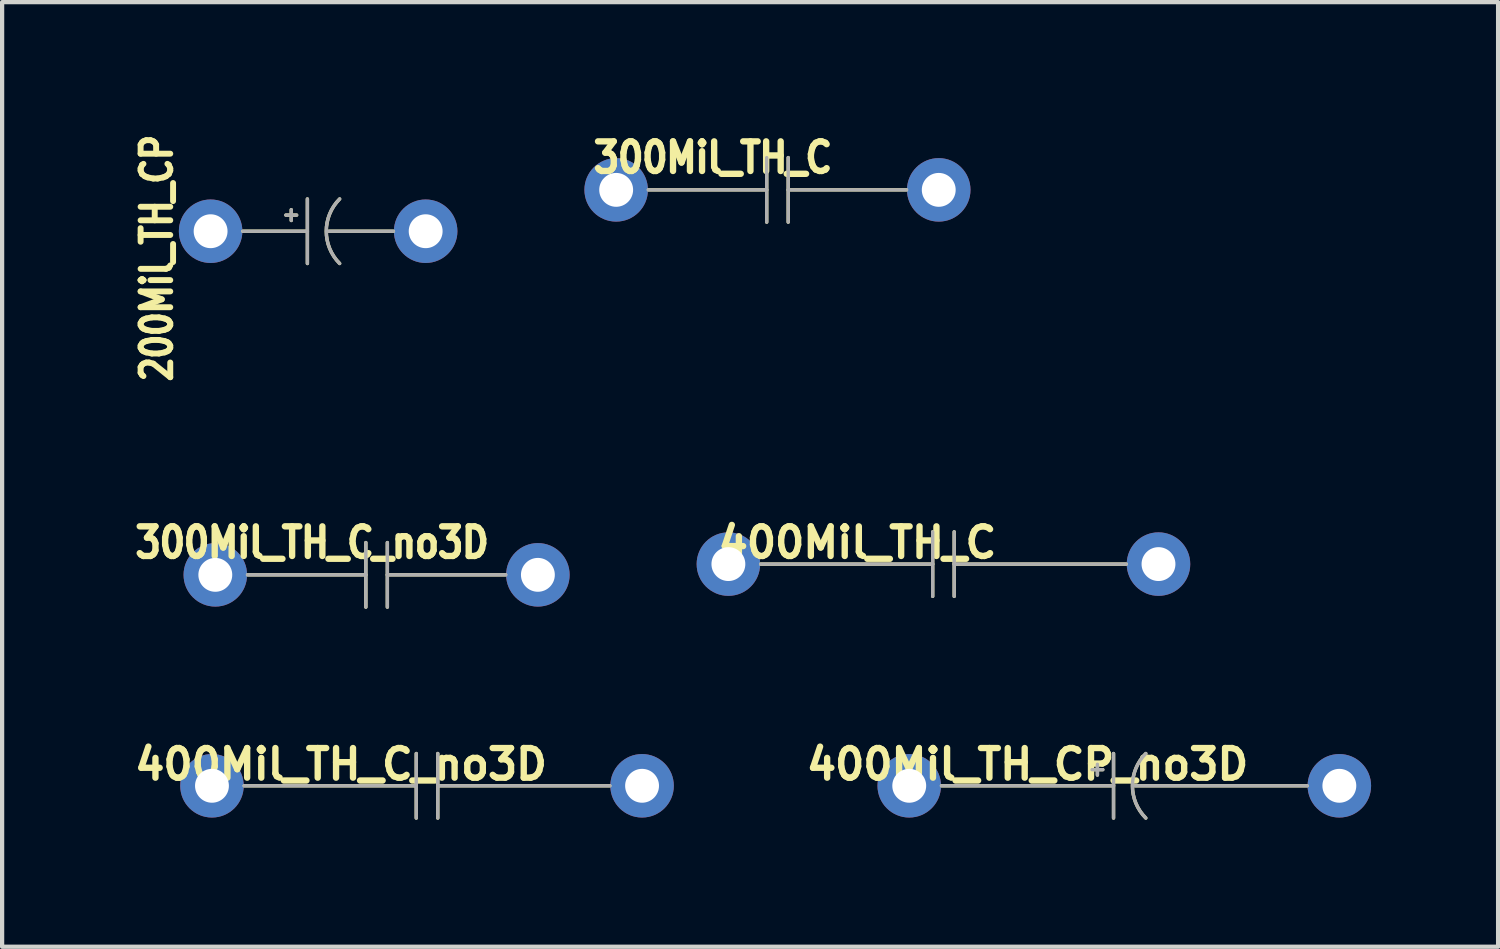
<source format=kicad_pcb>
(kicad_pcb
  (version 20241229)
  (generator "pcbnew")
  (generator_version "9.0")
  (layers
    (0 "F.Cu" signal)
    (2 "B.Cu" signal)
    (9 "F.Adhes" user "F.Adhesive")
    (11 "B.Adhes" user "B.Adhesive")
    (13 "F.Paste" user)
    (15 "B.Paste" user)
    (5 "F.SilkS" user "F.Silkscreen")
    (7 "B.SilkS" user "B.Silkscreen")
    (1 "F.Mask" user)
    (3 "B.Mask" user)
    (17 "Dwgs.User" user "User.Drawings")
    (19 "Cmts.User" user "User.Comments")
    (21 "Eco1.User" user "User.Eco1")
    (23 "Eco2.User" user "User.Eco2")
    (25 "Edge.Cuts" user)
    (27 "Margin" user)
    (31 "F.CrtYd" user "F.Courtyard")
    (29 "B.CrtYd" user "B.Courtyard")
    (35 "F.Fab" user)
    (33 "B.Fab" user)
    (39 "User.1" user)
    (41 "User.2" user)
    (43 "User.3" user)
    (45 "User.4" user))
  (footprint "300Mil_TH_C"
    (layer "F.Cu")
    (at 11.505 1.435)
    (property "Reference" "300Mil_TH_C" (at 2.286 -0.762 0) (layer "F.SilkS") (effects (font (size 0.7 0.6) (thickness 0.15))))
    (attr through_hole)
    (fp_line (start 3.556 -0.762) (end 3.556 0.762) (stroke (width 0.08) (type solid)) (layer "F.SilkS"))
    (fp_line (start 3.556 0) (end 0.762 0) (stroke (width 0.08) (type solid)) (layer "F.SilkS"))
    (fp_line (start 4.064 -0.762) (end 4.064 0.762) (stroke (width 0.08) (type solid)) (layer "F.SilkS"))
    (fp_line (start 4.064 0) (end 6.858 0) (stroke (width 0.08) (type solid)) (layer "F.SilkS"))
    (fp_line (start 3.556 -0.762) (end 3.556 0.762) (stroke (width 0.08) (type solid)) (layer "F.Fab"))
    (fp_line (start 3.556 0) (end 0.762 0) (stroke (width 0.08) (type solid)) (layer "F.Fab"))
    (fp_line (start 4.064 -0.762) (end 4.064 0.762) (stroke (width 0.08) (type solid)) (layer "F.Fab"))
    (fp_line (start 4.064 0) (end 6.858 0) (stroke (width 0.08) (type solid)) (layer "F.Fab"))
    (pad "1" thru_hole circle (at 0 0) (size 1.5 1.5) (drill 0.8) (layers "*.Cu" "*.Mask"))
    (pad "2" thru_hole circle (at 7.62 0) (size 1.5 1.5) (drill 0.8) (layers "*.Cu" "*.Mask")))
  (footprint "400Mil_TH_CP_no3D"
    (layer "F.Cu")
    (at 18.428 15.512)
    (property "Reference" "400Mil_TH_CP_no3D" (at 2.794 -0.508 0) (layer "F.SilkS") (effects (font (size 0.7 0.7) (thickness 0.15))))
    (attr through_hole)
    (fp_line (start 0.762 0) (end 4.826 0) (stroke (width 0.08) (type solid)) (layer "F.SilkS"))
    (fp_line (start 4.318 -0.381) (end 4.572 -0.381) (stroke (width 0.08) (type solid)) (layer "F.SilkS"))
    (fp_line (start 4.445 -0.254) (end 4.445 -0.508) (stroke (width 0.08) (type solid)) (layer "F.SilkS"))
    (fp_line (start 4.826 -0.762) (end 4.826 0.762) (stroke (width 0.08) (type solid)) (layer "F.SilkS"))
    (fp_line (start 5.334 0) (end 9.398 0) (stroke (width 0.08) (type solid)) (layer "F.SilkS"))
    (fp_arc (start 5.588 0.762) (mid 5.272369 0) (end 5.588 -0.762) (stroke (width 0.08) (type solid)) (layer "F.SilkS"))
    (fp_line (start 0.762 0) (end 4.826 0) (stroke (width 0.08) (type solid)) (layer "F.Fab"))
    (fp_line (start 4.318 -0.381) (end 4.572 -0.381) (stroke (width 0.08) (type solid)) (layer "F.Fab"))
    (fp_line (start 4.445 -0.254) (end 4.445 -0.508) (stroke (width 0.08) (type solid)) (layer "F.Fab"))
    (fp_line (start 4.826 -0.762) (end 4.826 0.762) (stroke (width 0.08) (type solid)) (layer "F.Fab"))
    (fp_line (start 5.334 0) (end 9.398 0) (stroke (width 0.08) (type solid)) (layer "F.Fab"))
    (fp_arc (start 5.588 0.762) (mid 5.272369 0) (end 5.588 -0.762) (stroke (width 0.08) (type solid)) (layer "F.Fab"))
    (pad "1" thru_hole circle (at 0 0) (size 1.5 1.5) (drill 0.8) (layers "*.Cu" "*.Mask"))
    (pad "2" thru_hole circle (at 10.16 0) (size 1.5 1.5) (drill 0.8) (layers "*.Cu" "*.Mask")))
  (footprint "400Mil_TH_C"
    (layer "F.Cu")
    (at 14.156 10.275)
    (property "Reference" "400Mil_TH_C" (at 3.048 -0.508 0) (layer "F.SilkS") (effects (font (size 0.7 0.7) (thickness 0.15))))
    (attr through_hole)
    (fp_line (start 0.762 0) (end 4.826 0) (stroke (width 0.08) (type solid)) (layer "F.SilkS"))
    (fp_line (start 4.826 -0.762) (end 4.826 0.762) (stroke (width 0.08) (type solid)) (layer "F.SilkS"))
    (fp_line (start 5.334 -0.762) (end 5.334 0.762) (stroke (width 0.08) (type solid)) (layer "F.SilkS"))
    (fp_line (start 5.334 0) (end 9.398 0) (stroke (width 0.08) (type solid)) (layer "F.SilkS"))
    (fp_line (start 0.762 0) (end 4.826 0) (stroke (width 0.08) (type solid)) (layer "F.Fab"))
    (fp_line (start 4.826 -0.762) (end 4.826 0.762) (stroke (width 0.08) (type solid)) (layer "F.Fab"))
    (fp_line (start 5.334 -0.762) (end 5.334 0.762) (stroke (width 0.08) (type solid)) (layer "F.Fab"))
    (fp_line (start 5.334 0) (end 9.398 0) (stroke (width 0.08) (type solid)) (layer "F.Fab"))
    (pad "1" thru_hole circle (at 0 0) (size 1.5 1.5) (drill 0.8) (layers "*.Cu" "*.Mask"))
    (pad "2" thru_hole circle (at 10.16 0) (size 1.5 1.5) (drill 0.8) (layers "*.Cu" "*.Mask")))
  (footprint "200Mil_TH_CP"
    (layer "F.Cu")
    (at 1.925 2.412)
    (property "Reference" "200Mil_TH_CP" (at -1.27 0.635 90) (layer "F.SilkS") (effects (font (size 0.7 0.56) (thickness 0.14))))
    (attr through_hole)
    (fp_line (start 0.762 0) (end 2.286 0) (stroke (width 0.08) (type solid)) (layer "F.SilkS"))
    (fp_line (start 1.778 -0.381) (end 2.032 -0.381) (stroke (width 0.08) (type solid)) (layer "F.SilkS"))
    (fp_line (start 1.905 -0.254) (end 1.905 -0.508) (stroke (width 0.08) (type solid)) (layer "F.SilkS"))
    (fp_line (start 2.286 -0.762) (end 2.286 0.762) (stroke (width 0.08) (type solid)) (layer "F.SilkS"))
    (fp_line (start 2.794 0) (end 4.318 0) (stroke (width 0.08) (type solid)) (layer "F.SilkS"))
    (fp_arc (start 3.048 0.762) (mid 2.732369 0) (end 3.048 -0.762) (stroke (width 0.08) (type solid)) (layer "F.SilkS"))
    (fp_line (start 0.762 0) (end 2.286 0) (stroke (width 0.08) (type solid)) (layer "F.Fab"))
    (fp_line (start 1.778 -0.381) (end 2.032 -0.381) (stroke (width 0.08) (type solid)) (layer "F.Fab"))
    (fp_line (start 1.905 -0.254) (end 1.905 -0.508) (stroke (width 0.08) (type solid)) (layer "F.Fab"))
    (fp_line (start 2.286 -0.762) (end 2.286 0.762) (stroke (width 0.08) (type solid)) (layer "F.Fab"))
    (fp_line (start 2.794 0) (end 4.318 0) (stroke (width 0.08) (type solid)) (layer "F.Fab"))
    (fp_arc (start 3.048 0.762) (mid 2.732369 0) (end 3.048 -0.762) (stroke (width 0.08) (type solid)) (layer "F.Fab"))
    (pad "1" thru_hole circle (at 0 0) (size 1.5 1.5) (drill 0.8) (layers "*.Cu" "*.Mask"))
    (pad "2" thru_hole circle (at 5.08 0) (size 1.5 1.5) (drill 0.8) (layers "*.Cu" "*.Mask")))
  (footprint "300Mil_TH_C_no3D"
    (layer "F.Cu")
    (at 2.036 10.529)
    (property "Reference" "300Mil_TH_C_no3D" (at 2.286 -0.762 0) (layer "F.SilkS") (effects (font (size 0.7 0.6) (thickness 0.15))))
    (attr through_hole)
    (fp_line (start 3.556 -0.762) (end 3.556 0.762) (stroke (width 0.08) (type solid)) (layer "F.SilkS"))
    (fp_line (start 3.556 0) (end 0.762 0) (stroke (width 0.08) (type solid)) (layer "F.SilkS"))
    (fp_line (start 4.064 -0.762) (end 4.064 0.762) (stroke (width 0.08) (type solid)) (layer "F.SilkS"))
    (fp_line (start 4.064 0) (end 6.858 0) (stroke (width 0.08) (type solid)) (layer "F.SilkS"))
    (fp_line (start 3.556 -0.762) (end 3.556 0.762) (stroke (width 0.08) (type solid)) (layer "F.Fab"))
    (fp_line (start 3.556 0) (end 0.762 0) (stroke (width 0.08) (type solid)) (layer "F.Fab"))
    (fp_line (start 4.064 -0.762) (end 4.064 0.762) (stroke (width 0.08) (type solid)) (layer "F.Fab"))
    (fp_line (start 4.064 0) (end 6.858 0) (stroke (width 0.08) (type solid)) (layer "F.Fab"))
    (pad "1" thru_hole circle (at 0 0) (size 1.5 1.5) (drill 0.8) (layers "*.Cu" "*.Mask"))
    (pad "2" thru_hole circle (at 7.62 0) (size 1.5 1.5) (drill 0.8) (layers "*.Cu" "*.Mask")))
  (footprint "400Mil_TH_C_no3D"
    (layer "F.Cu")
    (at 1.957 15.512)
    (property "Reference" "400Mil_TH_C_no3D" (at 3.048 -0.508 0) (layer "F.SilkS") (effects (font (size 0.7 0.7) (thickness 0.15))))
    (attr through_hole)
    (fp_line (start 0.762 0) (end 4.826 0) (stroke (width 0.08) (type solid)) (layer "F.SilkS"))
    (fp_line (start 4.826 -0.762) (end 4.826 0.762) (stroke (width 0.08) (type solid)) (layer "F.SilkS"))
    (fp_line (start 5.334 -0.762) (end 5.334 0.762) (stroke (width 0.08) (type solid)) (layer "F.SilkS"))
    (fp_line (start 5.334 0) (end 9.398 0) (stroke (width 0.08) (type solid)) (layer "F.SilkS"))
    (fp_line (start 0.762 0) (end 4.826 0) (stroke (width 0.08) (type solid)) (layer "F.Fab"))
    (fp_line (start 4.826 -0.762) (end 4.826 0.762) (stroke (width 0.08) (type solid)) (layer "F.Fab"))
    (fp_line (start 5.334 -0.762) (end 5.334 0.762) (stroke (width 0.08) (type solid)) (layer "F.Fab"))
    (fp_line (start 5.334 0) (end 9.398 0) (stroke (width 0.08) (type solid)) (layer "F.Fab"))
    (pad "1" thru_hole circle (at 0 0) (size 1.5 1.5) (drill 0.8) (layers "*.Cu" "*.Mask"))
    (pad "2" thru_hole circle (at 10.16 0) (size 1.5 1.5) (drill 0.8) (layers "*.Cu" "*.Mask")))
  (gr_rect
    (start -3 -3)
    (end 32.338 19.314)
    (stroke (width 0.1) (type default))
    (fill no)
    (layer "Edge.Cuts")))
</source>
